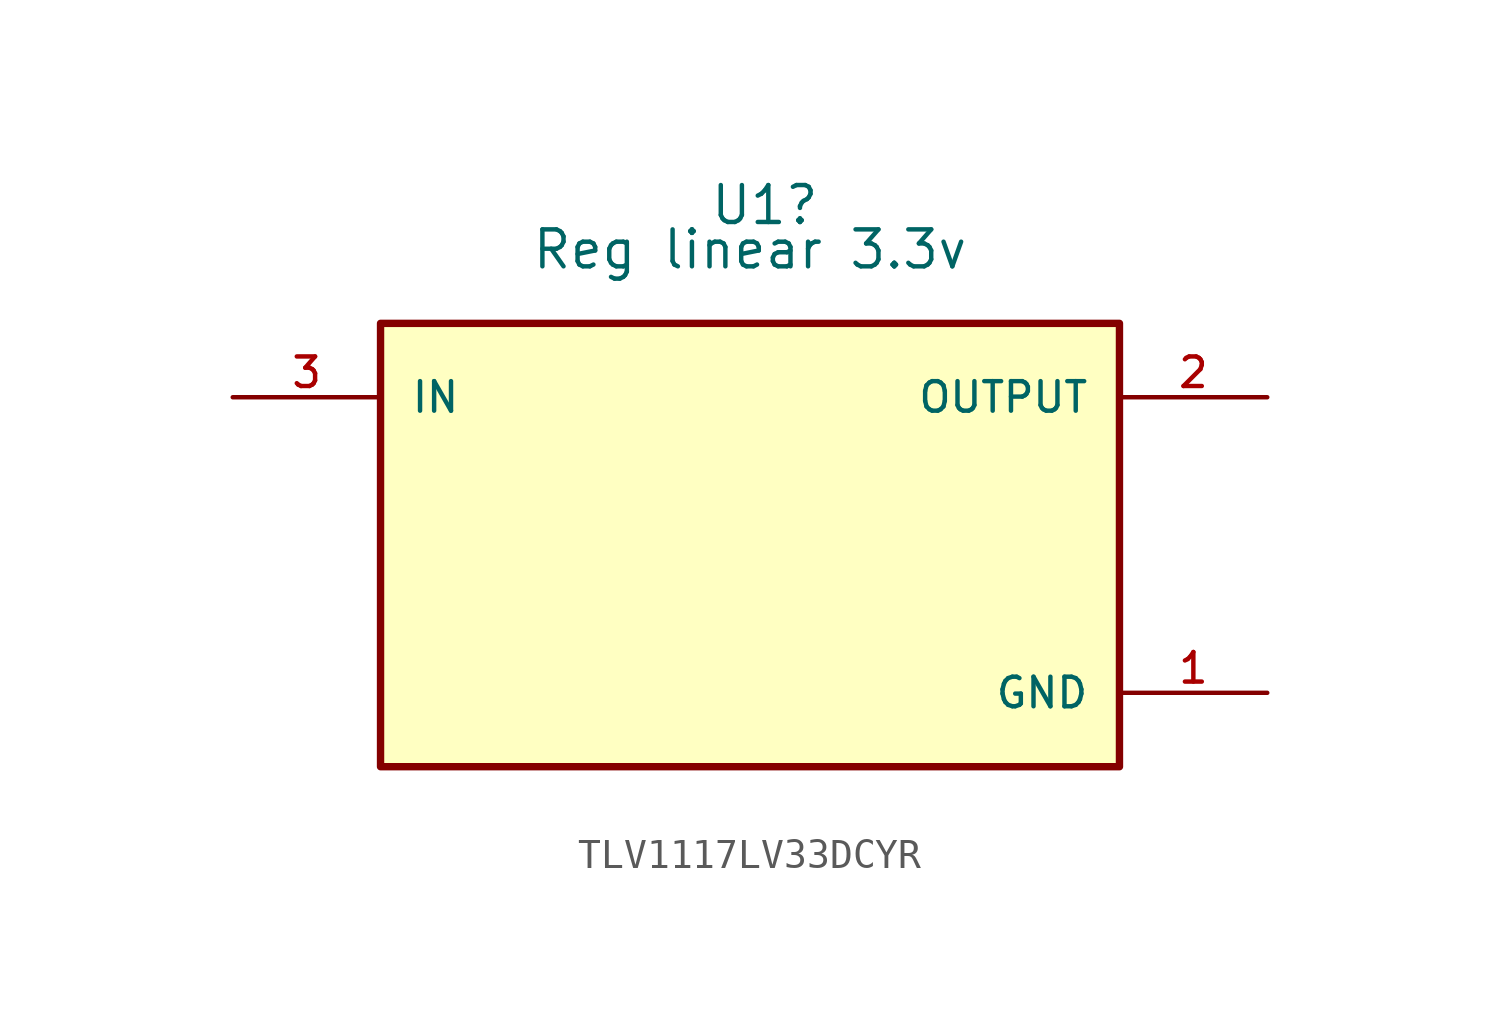
<source format=kicad_sym>
(kicad_symbol_lib
  (version 20231120)
  (generator "kicad_symbol_editor")
  (generator_version "8.0")
  (symbol "TLV1117LV33DCYR"
    (pin_names
      (offset 1.016))
    (property "Reference" "U1"
      (at 0.508 11.684 0)
      (effects (font (size 1.27 1.27))))
    (property "Value" "Reg linear 3.3v"
      (at 0 10.16 0)
      (effects (font (size 1.27 1.27))))
    (symbol "TLV1117LV33DCYR_0_0"
      (rectangle (start -12.7 7.62) (end 12.7 -7.62) (stroke (width 0.254) (type default)) (fill (type background)))
      (pin power_in line (at 17.78 -5.08 180) (length 5.08) (name "GND" (effects (font (size 1.016 1.016)))) (number "1" (effects (font (size 1.016 1.016)))))
      (pin input line (at -17.78 5.08 0) (length 5.08) (name "IN" (effects (font (size 1.016 1.016)))) (number "3" (effects (font (size 1.016 1.016))))))
    (symbol "TLV1117LV33DCYR_1_0"
      (pin power_in line (at 17.78 5.08 180) (length 5.08) (name "OUTPUT" (effects (font (size 1.016 1.016)))) (number "2" (effects (font (size 1.016 1.016))))))))
</source>
